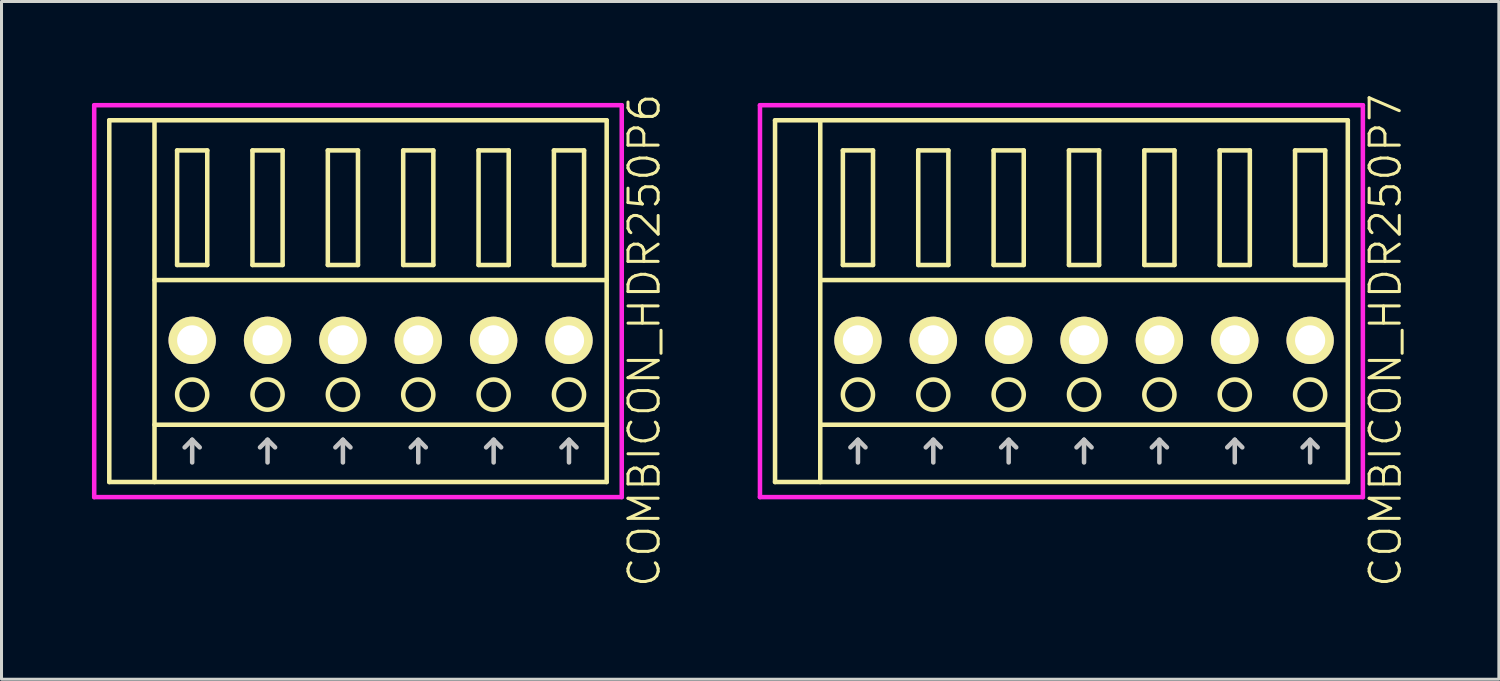
<source format=kicad_pcb>
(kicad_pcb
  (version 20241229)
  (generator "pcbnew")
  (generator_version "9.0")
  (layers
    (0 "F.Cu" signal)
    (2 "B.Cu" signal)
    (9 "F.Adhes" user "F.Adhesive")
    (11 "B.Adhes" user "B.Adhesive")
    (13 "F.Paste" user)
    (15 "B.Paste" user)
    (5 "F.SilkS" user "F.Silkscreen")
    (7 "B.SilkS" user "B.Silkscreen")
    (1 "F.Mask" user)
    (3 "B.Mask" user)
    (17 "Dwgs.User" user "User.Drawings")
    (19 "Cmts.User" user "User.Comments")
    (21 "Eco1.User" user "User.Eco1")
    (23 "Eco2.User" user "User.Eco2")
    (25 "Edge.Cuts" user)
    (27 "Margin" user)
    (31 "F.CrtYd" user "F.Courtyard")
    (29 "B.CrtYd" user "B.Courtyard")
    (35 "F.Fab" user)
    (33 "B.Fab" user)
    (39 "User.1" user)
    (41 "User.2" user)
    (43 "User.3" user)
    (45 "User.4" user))
  (footprint "COMBICON_HDR250P6"
    (layer "F.Cu")
    (at 9.575 8.24)
    (property "Reference" "COMBICON_HDR250P6" (at 8.75 0 90) (layer "F.SilkS") (effects (font (size 1 1) (thickness 0.1))))
    (attr through_hole)
    (fp_line (start -9 -7.3) (end -9 4.7) (stroke (width 0.15) (type solid)) (layer "F.SilkS"))
    (fp_line (start -9 4.7) (end 7.5 4.7) (stroke (width 0.15) (type solid)) (layer "F.SilkS"))
    (fp_line (start -7.5 -2) (end 7.5 -2) (stroke (width 0.15) (type solid)) (layer "F.SilkS"))
    (fp_line (start -7.5 2.8) (end 7.5 2.8) (stroke (width 0.15) (type solid)) (layer "F.SilkS"))
    (fp_line (start -7.5 4.7) (end -7.5 -7.3) (stroke (width 0.15) (type solid)) (layer "F.SilkS"))
    (fp_line (start -6.75 -6.3) (end -6.75 -2.5) (stroke (width 0.15) (type solid)) (layer "F.SilkS"))
    (fp_line (start -6.75 -2.5) (end -5.75 -2.5) (stroke (width 0.15) (type solid)) (layer "F.SilkS"))
    (fp_line (start -5.75 -6.3) (end -6.75 -6.3) (stroke (width 0.15) (type solid)) (layer "F.SilkS"))
    (fp_line (start -5.75 -2.5) (end -5.75 -6.3) (stroke (width 0.15) (type solid)) (layer "F.SilkS"))
    (fp_line (start -4.25 -6.3) (end -4.25 -2.5) (stroke (width 0.15) (type solid)) (layer "F.SilkS"))
    (fp_line (start -4.25 -2.5) (end -3.25 -2.5) (stroke (width 0.15) (type solid)) (layer "F.SilkS"))
    (fp_line (start -3.25 -6.3) (end -4.25 -6.3) (stroke (width 0.15) (type solid)) (layer "F.SilkS"))
    (fp_line (start -3.25 -2.5) (end -3.25 -6.3) (stroke (width 0.15) (type solid)) (layer "F.SilkS"))
    (fp_line (start -1.75 -6.3) (end -1.75 -2.5) (stroke (width 0.15) (type solid)) (layer "F.SilkS"))
    (fp_line (start -1.75 -2.5) (end -0.75 -2.5) (stroke (width 0.15) (type solid)) (layer "F.SilkS"))
    (fp_line (start -0.75 -6.3) (end -1.75 -6.3) (stroke (width 0.15) (type solid)) (layer "F.SilkS"))
    (fp_line (start -0.75 -2.5) (end -0.75 -6.3) (stroke (width 0.15) (type solid)) (layer "F.SilkS"))
    (fp_line (start 0.75 -6.3) (end 0.75 -2.5) (stroke (width 0.15) (type solid)) (layer "F.SilkS"))
    (fp_line (start 0.75 -2.5) (end 1.75 -2.5) (stroke (width 0.15) (type solid)) (layer "F.SilkS"))
    (fp_line (start 1.75 -6.3) (end 0.75 -6.3) (stroke (width 0.15) (type solid)) (layer "F.SilkS"))
    (fp_line (start 1.75 -2.5) (end 1.75 -6.3) (stroke (width 0.15) (type solid)) (layer "F.SilkS"))
    (fp_line (start 3.25 -6.3) (end 3.25 -2.5) (stroke (width 0.15) (type solid)) (layer "F.SilkS"))
    (fp_line (start 3.25 -2.5) (end 4.25 -2.5) (stroke (width 0.15) (type solid)) (layer "F.SilkS"))
    (fp_line (start 4.25 -6.3) (end 3.25 -6.3) (stroke (width 0.15) (type solid)) (layer "F.SilkS"))
    (fp_line (start 4.25 -2.5) (end 4.25 -6.3) (stroke (width 0.15) (type solid)) (layer "F.SilkS"))
    (fp_line (start 5.75 -6.3) (end 5.75 -2.5) (stroke (width 0.15) (type solid)) (layer "F.SilkS"))
    (fp_line (start 5.75 -2.5) (end 6.75 -2.5) (stroke (width 0.15) (type solid)) (layer "F.SilkS"))
    (fp_line (start 6.75 -6.3) (end 5.75 -6.3) (stroke (width 0.15) (type solid)) (layer "F.SilkS"))
    (fp_line (start 6.75 -2.5) (end 6.75 -6.3) (stroke (width 0.15) (type solid)) (layer "F.SilkS"))
    (fp_line (start 7.5 -7.3) (end -9 -7.3) (stroke (width 0.15) (type solid)) (layer "F.SilkS"))
    (fp_line (start 7.5 4.7) (end 7.5 -7.3) (stroke (width 0.15) (type solid)) (layer "F.SilkS"))
    (fp_circle (center -6.25 1.8) (end -5.75 1.8) (stroke (width 0.15) (type solid)) (fill no) (layer "F.SilkS"))
    (fp_circle (center -3.75 1.8) (end -3.25 1.8) (stroke (width 0.15) (type solid)) (fill no) (layer "F.SilkS"))
    (fp_circle (center -1.25 1.8) (end -0.75 1.8) (stroke (width 0.15) (type solid)) (fill no) (layer "F.SilkS"))
    (fp_circle (center 1.25 1.8) (end 1.75 1.8) (stroke (width 0.15) (type solid)) (fill no) (layer "F.SilkS"))
    (fp_circle (center 3.75 1.8) (end 4.25 1.8) (stroke (width 0.15) (type solid)) (fill no) (layer "F.SilkS"))
    (fp_circle (center 6.25 1.8) (end 6.75 1.8) (stroke (width 0.15) (type solid)) (fill no) (layer "F.SilkS"))
    (fp_line (start -6.5 3.55) (end -6.25 3.3) (stroke (width 0.15) (type solid)) (layer "Dwgs.User"))
    (fp_line (start -6.25 4.05) (end -6.25 3.3) (stroke (width 0.15) (type solid)) (layer "Dwgs.User"))
    (fp_line (start -6 3.55) (end -6.25 3.3) (stroke (width 0.15) (type solid)) (layer "Dwgs.User"))
    (fp_line (start -4 3.55) (end -3.75 3.3) (stroke (width 0.15) (type solid)) (layer "Dwgs.User"))
    (fp_line (start -3.75 4.05) (end -3.75 3.3) (stroke (width 0.15) (type solid)) (layer "Dwgs.User"))
    (fp_line (start -3.5 3.55) (end -3.75 3.3) (stroke (width 0.15) (type solid)) (layer "Dwgs.User"))
    (fp_line (start -1.5 3.55) (end -1.25 3.3) (stroke (width 0.15) (type solid)) (layer "Dwgs.User"))
    (fp_line (start -1.25 4.05) (end -1.25 3.3) (stroke (width 0.15) (type solid)) (layer "Dwgs.User"))
    (fp_line (start -1 3.55) (end -1.25 3.3) (stroke (width 0.15) (type solid)) (layer "Dwgs.User"))
    (fp_line (start 1 3.55) (end 1.25 3.3) (stroke (width 0.15) (type solid)) (layer "Dwgs.User"))
    (fp_line (start 1.25 4.05) (end 1.25 3.3) (stroke (width 0.15) (type solid)) (layer "Dwgs.User"))
    (fp_line (start 1.5 3.55) (end 1.25 3.3) (stroke (width 0.15) (type solid)) (layer "Dwgs.User"))
    (fp_line (start 3.5 3.55) (end 3.75 3.3) (stroke (width 0.15) (type solid)) (layer "Dwgs.User"))
    (fp_line (start 3.75 4.05) (end 3.75 3.3) (stroke (width 0.15) (type solid)) (layer "Dwgs.User"))
    (fp_line (start 4 3.55) (end 3.75 3.3) (stroke (width 0.15) (type solid)) (layer "Dwgs.User"))
    (fp_line (start 6 3.55) (end 6.25 3.3) (stroke (width 0.15) (type solid)) (layer "Dwgs.User"))
    (fp_line (start 6.25 4.05) (end 6.25 3.3) (stroke (width 0.15) (type solid)) (layer "Dwgs.User"))
    (fp_line (start 6.5 3.55) (end 6.25 3.3) (stroke (width 0.15) (type solid)) (layer "Dwgs.User"))
    (fp_line (start -9.5 -7.8) (end -9.5 5.2) (stroke (width 0.15) (type solid)) (layer "F.CrtYd"))
    (fp_line (start -9.5 5.2) (end 8 5.2) (stroke (width 0.15) (type solid)) (layer "F.CrtYd"))
    (fp_line (start 8 -7.8) (end -9.5 -7.8) (stroke (width 0.15) (type solid)) (layer "F.CrtYd"))
    (fp_line (start 8 5.2) (end 8 -7.8) (stroke (width 0.15) (type solid)) (layer "F.CrtYd"))
    (pad "1" thru_hole oval (at -6.25 0) (size 1.57 1.57) (drill 1) (layers "*.Cu" "*.Mask" "F.SilkS"))
    (pad "2" thru_hole oval (at -3.75 0) (size 1.57 1.57) (drill 1) (layers "*.Cu" "*.Mask" "F.SilkS"))
    (pad "3" thru_hole oval (at -1.25 0) (size 1.57 1.57) (drill 1) (layers "*.Cu" "*.Mask" "F.SilkS"))
    (pad "4" thru_hole oval (at 1.25 0) (size 1.57 1.57) (drill 1) (layers "*.Cu" "*.Mask" "F.SilkS"))
    (pad "5" thru_hole oval (at 3.75 0) (size 1.57 1.57) (drill 1) (layers "*.Cu" "*.Mask" "F.SilkS"))
    (pad "6" thru_hole oval (at 6.25 0) (size 1.57 1.57) (drill 1) (layers "*.Cu" "*.Mask" "F.SilkS")))
  (footprint "COMBICON_HDR250P7"
    (layer "F.Cu")
    (at 32.91 8.24)
    (property "Reference" "COMBICON_HDR250P7" (at 10 0 90) (layer "F.SilkS") (effects (font (size 1 1) (thickness 0.1))))
    (attr through_hole)
    (fp_line (start -10.25 -7.3) (end -10.25 4.7) (stroke (width 0.15) (type solid)) (layer "F.SilkS"))
    (fp_line (start -10.25 4.7) (end 8.75 4.7) (stroke (width 0.15) (type solid)) (layer "F.SilkS"))
    (fp_line (start -8.75 -2) (end 8.75 -2) (stroke (width 0.15) (type solid)) (layer "F.SilkS"))
    (fp_line (start -8.75 2.8) (end 8.75 2.8) (stroke (width 0.15) (type solid)) (layer "F.SilkS"))
    (fp_line (start -8.75 4.7) (end -8.75 -7.3) (stroke (width 0.15) (type solid)) (layer "F.SilkS"))
    (fp_line (start -8 -6.3) (end -8 -2.5) (stroke (width 0.15) (type solid)) (layer "F.SilkS"))
    (fp_line (start -8 -2.5) (end -7 -2.5) (stroke (width 0.15) (type solid)) (layer "F.SilkS"))
    (fp_line (start -7 -6.3) (end -8 -6.3) (stroke (width 0.15) (type solid)) (layer "F.SilkS"))
    (fp_line (start -7 -2.5) (end -7 -6.3) (stroke (width 0.15) (type solid)) (layer "F.SilkS"))
    (fp_line (start -5.5 -6.3) (end -5.5 -2.5) (stroke (width 0.15) (type solid)) (layer "F.SilkS"))
    (fp_line (start -5.5 -2.5) (end -4.5 -2.5) (stroke (width 0.15) (type solid)) (layer "F.SilkS"))
    (fp_line (start -4.5 -6.3) (end -5.5 -6.3) (stroke (width 0.15) (type solid)) (layer "F.SilkS"))
    (fp_line (start -4.5 -2.5) (end -4.5 -6.3) (stroke (width 0.15) (type solid)) (layer "F.SilkS"))
    (fp_line (start -3 -6.3) (end -3 -2.5) (stroke (width 0.15) (type solid)) (layer "F.SilkS"))
    (fp_line (start -3 -2.5) (end -2 -2.5) (stroke (width 0.15) (type solid)) (layer "F.SilkS"))
    (fp_line (start -2 -6.3) (end -3 -6.3) (stroke (width 0.15) (type solid)) (layer "F.SilkS"))
    (fp_line (start -2 -2.5) (end -2 -6.3) (stroke (width 0.15) (type solid)) (layer "F.SilkS"))
    (fp_line (start -0.5 -6.3) (end -0.5 -2.5) (stroke (width 0.15) (type solid)) (layer "F.SilkS"))
    (fp_line (start -0.5 -2.5) (end 0.5 -2.5) (stroke (width 0.15) (type solid)) (layer "F.SilkS"))
    (fp_line (start 0.5 -6.3) (end -0.5 -6.3) (stroke (width 0.15) (type solid)) (layer "F.SilkS"))
    (fp_line (start 0.5 -2.5) (end 0.5 -6.3) (stroke (width 0.15) (type solid)) (layer "F.SilkS"))
    (fp_line (start 2 -6.3) (end 2 -2.5) (stroke (width 0.15) (type solid)) (layer "F.SilkS"))
    (fp_line (start 2 -2.5) (end 3 -2.5) (stroke (width 0.15) (type solid)) (layer "F.SilkS"))
    (fp_line (start 3 -6.3) (end 2 -6.3) (stroke (width 0.15) (type solid)) (layer "F.SilkS"))
    (fp_line (start 3 -2.5) (end 3 -6.3) (stroke (width 0.15) (type solid)) (layer "F.SilkS"))
    (fp_line (start 4.5 -6.3) (end 4.5 -2.5) (stroke (width 0.15) (type solid)) (layer "F.SilkS"))
    (fp_line (start 4.5 -2.5) (end 5.5 -2.5) (stroke (width 0.15) (type solid)) (layer "F.SilkS"))
    (fp_line (start 5.5 -6.3) (end 4.5 -6.3) (stroke (width 0.15) (type solid)) (layer "F.SilkS"))
    (fp_line (start 5.5 -2.5) (end 5.5 -6.3) (stroke (width 0.15) (type solid)) (layer "F.SilkS"))
    (fp_line (start 7 -6.3) (end 7 -2.5) (stroke (width 0.15) (type solid)) (layer "F.SilkS"))
    (fp_line (start 7 -2.5) (end 8 -2.5) (stroke (width 0.15) (type solid)) (layer "F.SilkS"))
    (fp_line (start 8 -6.3) (end 7 -6.3) (stroke (width 0.15) (type solid)) (layer "F.SilkS"))
    (fp_line (start 8 -2.5) (end 8 -6.3) (stroke (width 0.15) (type solid)) (layer "F.SilkS"))
    (fp_line (start 8.75 -7.3) (end -10.25 -7.3) (stroke (width 0.15) (type solid)) (layer "F.SilkS"))
    (fp_line (start 8.75 4.7) (end 8.75 -7.3) (stroke (width 0.15) (type solid)) (layer "F.SilkS"))
    (fp_circle (center -7.5 1.8) (end -7 1.8) (stroke (width 0.15) (type solid)) (fill no) (layer "F.SilkS"))
    (fp_circle (center -5 1.8) (end -4.5 1.8) (stroke (width 0.15) (type solid)) (fill no) (layer "F.SilkS"))
    (fp_circle (center -2.5 1.8) (end -2 1.8) (stroke (width 0.15) (type solid)) (fill no) (layer "F.SilkS"))
    (fp_circle (center 0 1.8) (end 0.5 1.8) (stroke (width 0.15) (type solid)) (fill no) (layer "F.SilkS"))
    (fp_circle (center 2.5 1.8) (end 3 1.8) (stroke (width 0.15) (type solid)) (fill no) (layer "F.SilkS"))
    (fp_circle (center 5 1.8) (end 5.5 1.8) (stroke (width 0.15) (type solid)) (fill no) (layer "F.SilkS"))
    (fp_circle (center 7.5 1.8) (end 8 1.8) (stroke (width 0.15) (type solid)) (fill no) (layer "F.SilkS"))
    (fp_line (start -7.75 3.55) (end -7.5 3.3) (stroke (width 0.15) (type solid)) (layer "Dwgs.User"))
    (fp_line (start -7.5 4.05) (end -7.5 3.3) (stroke (width 0.15) (type solid)) (layer "Dwgs.User"))
    (fp_line (start -7.25 3.55) (end -7.5 3.3) (stroke (width 0.15) (type solid)) (layer "Dwgs.User"))
    (fp_line (start -5.25 3.55) (end -5 3.3) (stroke (width 0.15) (type solid)) (layer "Dwgs.User"))
    (fp_line (start -5 4.05) (end -5 3.3) (stroke (width 0.15) (type solid)) (layer "Dwgs.User"))
    (fp_line (start -4.75 3.55) (end -5 3.3) (stroke (width 0.15) (type solid)) (layer "Dwgs.User"))
    (fp_line (start -2.75 3.55) (end -2.5 3.3) (stroke (width 0.15) (type solid)) (layer "Dwgs.User"))
    (fp_line (start -2.5 4.05) (end -2.5 3.3) (stroke (width 0.15) (type solid)) (layer "Dwgs.User"))
    (fp_line (start -2.25 3.55) (end -2.5 3.3) (stroke (width 0.15) (type solid)) (layer "Dwgs.User"))
    (fp_line (start -0.25 3.55) (end 0 3.3) (stroke (width 0.15) (type solid)) (layer "Dwgs.User"))
    (fp_line (start 0 4.05) (end 0 3.3) (stroke (width 0.15) (type solid)) (layer "Dwgs.User"))
    (fp_line (start 0.25 3.55) (end 0 3.3) (stroke (width 0.15) (type solid)) (layer "Dwgs.User"))
    (fp_line (start 2.25 3.55) (end 2.5 3.3) (stroke (width 0.15) (type solid)) (layer "Dwgs.User"))
    (fp_line (start 2.5 4.05) (end 2.5 3.3) (stroke (width 0.15) (type solid)) (layer "Dwgs.User"))
    (fp_line (start 2.75 3.55) (end 2.5 3.3) (stroke (width 0.15) (type solid)) (layer "Dwgs.User"))
    (fp_line (start 4.75 3.55) (end 5 3.3) (stroke (width 0.15) (type solid)) (layer "Dwgs.User"))
    (fp_line (start 5 4.05) (end 5 3.3) (stroke (width 0.15) (type solid)) (layer "Dwgs.User"))
    (fp_line (start 5.25 3.55) (end 5 3.3) (stroke (width 0.15) (type solid)) (layer "Dwgs.User"))
    (fp_line (start 7.25 3.55) (end 7.5 3.3) (stroke (width 0.15) (type solid)) (layer "Dwgs.User"))
    (fp_line (start 7.5 4.05) (end 7.5 3.3) (stroke (width 0.15) (type solid)) (layer "Dwgs.User"))
    (fp_line (start 7.75 3.55) (end 7.5 3.3) (stroke (width 0.15) (type solid)) (layer "Dwgs.User"))
    (fp_line (start -10.75 -7.8) (end -10.75 5.2) (stroke (width 0.15) (type solid)) (layer "F.CrtYd"))
    (fp_line (start -10.75 5.2) (end 9.25 5.2) (stroke (width 0.15) (type solid)) (layer "F.CrtYd"))
    (fp_line (start 9.25 -7.8) (end -10.75 -7.8) (stroke (width 0.15) (type solid)) (layer "F.CrtYd"))
    (fp_line (start 9.25 5.2) (end 9.25 -7.8) (stroke (width 0.15) (type solid)) (layer "F.CrtYd"))
    (pad "1" thru_hole oval (at -7.5 0) (size 1.57 1.57) (drill 1) (layers "*.Cu" "*.Mask" "F.SilkS"))
    (pad "2" thru_hole oval (at -5 0) (size 1.57 1.57) (drill 1) (layers "*.Cu" "*.Mask" "F.SilkS"))
    (pad "3" thru_hole oval (at -2.5 0) (size 1.57 1.57) (drill 1) (layers "*.Cu" "*.Mask" "F.SilkS"))
    (pad "4" thru_hole oval (at 0 0) (size 1.57 1.57) (drill 1) (layers "*.Cu" "*.Mask" "F.SilkS"))
    (pad "5" thru_hole oval (at 2.5 0) (size 1.57 1.57) (drill 1) (layers "*.Cu" "*.Mask" "F.SilkS"))
    (pad "6" thru_hole oval (at 5 0) (size 1.57 1.57) (drill 1) (layers "*.Cu" "*.Mask" "F.SilkS"))
    (pad "7" thru_hole oval (at 7.5 0) (size 1.57 1.57) (drill 1) (layers "*.Cu" "*.Mask" "F.SilkS")))
  (gr_rect
    (start -3 -3)
    (end 46.671 19.481)
    (stroke (width 0.1) (type default))
    (fill no)
    (layer "Edge.Cuts")))
</source>
